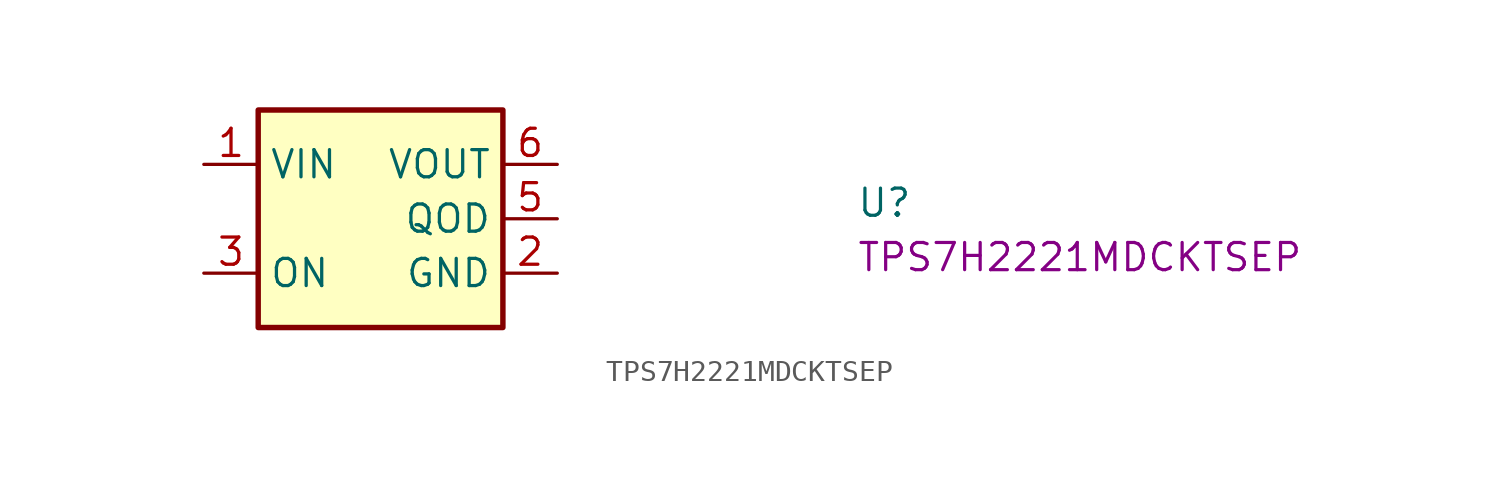
<source format=kicad_sym>
(kicad_symbol_lib
  (version 20220914)
  (generator kicad_symbol_editor)
  (symbol "TPS7H2221MDCKTSEP"
    (property "Reference" "U"
      (at 30.48 -2.54 0)
      (effects (font (size 1.27 1.27) (thickness 0.15)) (justify left bottom)))
    (property "MPN" "TPS7H2221MDCKTSEP"
      (at 30.48 -5.08 0)
      (effects (font (size 1.27 1.27) (thickness 0.15)) (justify left bottom)))
    (symbol "TPS7H2221MDCKTSEP_1_1"
      (rectangle (start 2.54 2.54) (end 13.97 -7.62) (stroke (width 0.254) (type default)) (fill (type background)))
      (pin power_in line (at 0 0 0) (length 2.54) (name "VIN" (effects (font (size 1.27 1.27)))) (number "1" (effects (font (size 1.27 1.27)))))
      (pin power_in line (at 16.51 -5.08 180) (length 2.54) (name "GND" (effects (font (size 1.27 1.27)))) (number "2" (effects (font (size 1.27 1.27)))))
      (pin input line (at 0 -5.08 0) (length 2.54) (name "ON" (effects (font (size 1.27 1.27)))) (number "3" (effects (font (size 1.27 1.27)))))
      (pin no_connect line (at 2.54 -2.54 0) (length 2.54) hide (name "NC" (effects (font (size 1.27 1.27)))) (number "4" (effects (font (size 1.27 1.27)))))
      (pin passive line (at 16.51 -2.54 180) (length 2.54) (name "QOD" (effects (font (size 1.27 1.27)))) (number "5" (effects (font (size 1.27 1.27)))))
      (pin power_out line (at 16.51 0 180) (length 2.54) (name "VOUT" (effects (font (size 1.27 1.27)))) (number "6" (effects (font (size 1.27 1.27))))))))
</source>
